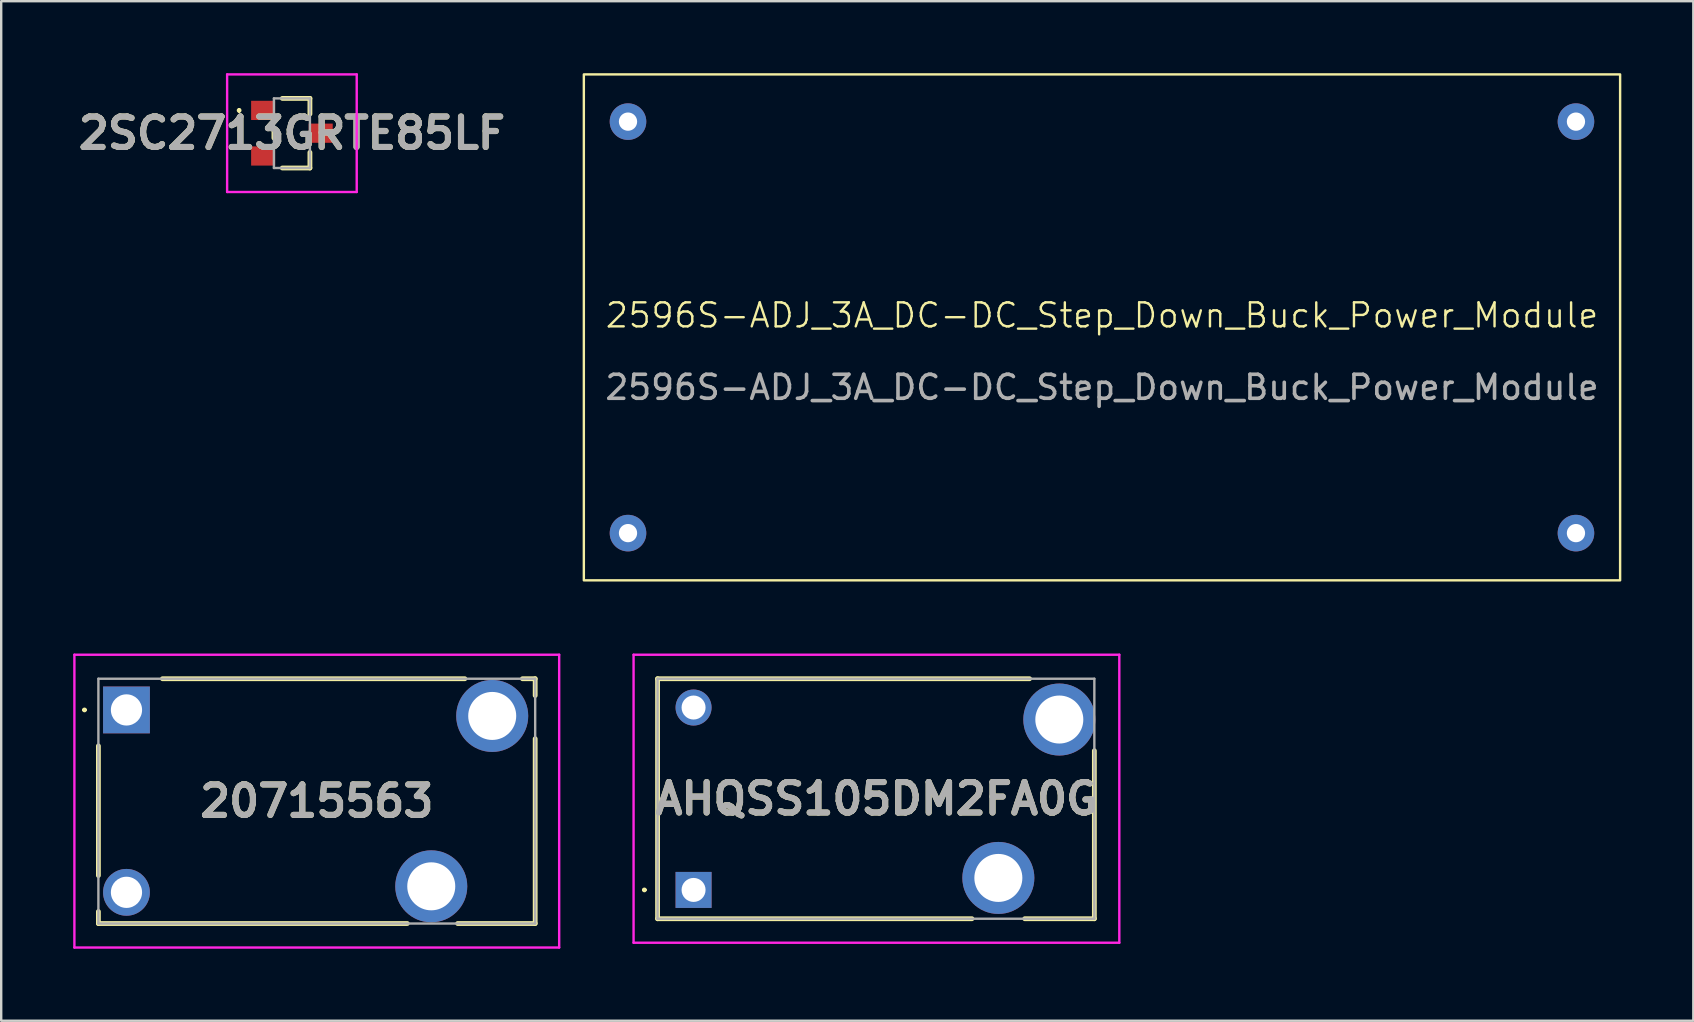
<source format=kicad_pcb>
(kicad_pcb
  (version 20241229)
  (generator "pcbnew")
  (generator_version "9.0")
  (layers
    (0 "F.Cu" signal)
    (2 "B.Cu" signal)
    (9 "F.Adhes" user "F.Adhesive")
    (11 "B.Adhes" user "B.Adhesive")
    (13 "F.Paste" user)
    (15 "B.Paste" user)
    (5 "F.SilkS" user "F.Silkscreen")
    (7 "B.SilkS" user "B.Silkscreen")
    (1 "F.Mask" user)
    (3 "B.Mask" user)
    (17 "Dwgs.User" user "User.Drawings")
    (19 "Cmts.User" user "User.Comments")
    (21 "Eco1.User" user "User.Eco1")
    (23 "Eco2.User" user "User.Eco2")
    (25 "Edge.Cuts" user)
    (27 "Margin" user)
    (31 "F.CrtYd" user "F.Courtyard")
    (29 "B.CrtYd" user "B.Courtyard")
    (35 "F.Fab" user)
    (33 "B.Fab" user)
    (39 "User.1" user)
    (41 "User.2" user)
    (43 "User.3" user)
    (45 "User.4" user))
  (footprint "2SC2713GRTE85LF"
    (layer "F.Cu")
    (at 9.114 2.5)
    (property "Reference" "2SC2713GRTE85LF" (at 0 0 0) (layer "F.SilkS") (effects (font (size 1.27 1.27) (thickness 0.254))))
    (attr smd)
    (fp_line (start -2.2 -1) (end -2.2 -1) (stroke (width 0.1) (type solid)) (layer "F.SilkS"))
    (fp_line (start -2.2 -0.9) (end -2.2 -0.9) (stroke (width 0.1) (type solid)) (layer "F.SilkS"))
    (fp_line (start -0.75 -0.2) (end -0.75 0.2) (stroke (width 0.2) (type solid)) (layer "F.SilkS"))
    (fp_line (start -0.4 -1.45) (end 0.75 -1.45) (stroke (width 0.2) (type solid)) (layer "F.SilkS"))
    (fp_line (start -0.4 1.45) (end 0.75 1.45) (stroke (width 0.2) (type solid)) (layer "F.SilkS"))
    (fp_line (start 0.75 -1.45) (end 0.75 -0.8) (stroke (width 0.2) (type solid)) (layer "F.SilkS"))
    (fp_line (start 0.75 1.45) (end 0.75 0.8) (stroke (width 0.2) (type solid)) (layer "F.SilkS"))
    (fp_arc (start -2.2 -1) (mid -2.15 -0.95) (end -2.2 -0.9) (stroke (width 0.1) (type solid)) (layer "F.SilkS"))
    (fp_arc (start -2.2 -0.9) (mid -2.25 -0.95) (end -2.2 -1) (stroke (width 0.1) (type solid)) (layer "F.SilkS"))
    (fp_line (start -2.7 -2.45) (end 2.7 -2.45) (stroke (width 0.1) (type solid)) (layer "F.CrtYd"))
    (fp_line (start -2.7 2.45) (end -2.7 -2.45) (stroke (width 0.1) (type solid)) (layer "F.CrtYd"))
    (fp_line (start 2.7 -2.45) (end 2.7 2.45) (stroke (width 0.1) (type solid)) (layer "F.CrtYd"))
    (fp_line (start 2.7 2.45) (end -2.7 2.45) (stroke (width 0.1) (type solid)) (layer "F.CrtYd"))
    (fp_line (start -0.75 -1.45) (end 0.75 -1.45) (stroke (width 0.1) (type solid)) (layer "F.Fab"))
    (fp_line (start -0.75 1.45) (end -0.75 -1.45) (stroke (width 0.1) (type solid)) (layer "F.Fab"))
    (fp_line (start 0.75 -1.45) (end 0.75 1.45) (stroke (width 0.1) (type solid)) (layer "F.Fab"))
    (fp_line (start 0.75 1.45) (end -0.75 1.45) (stroke (width 0.1) (type solid)) (layer "F.Fab"))
    (fp_text user "${REFERENCE}" (at 0 0 0) (layer "F.Fab") (effects (font (size 1.27 1.27) (thickness 0.254))))
    (pad "1" smd rect (at -1.2 -0.95 90) (size 0.8 1) (layers "F.Cu" "F.Mask" "F.Paste"))
    (pad "2" smd rect (at -1.2 0.95 90) (size 0.8 1) (layers "F.Cu" "F.Mask" "F.Paste"))
    (pad "3" smd rect (at 1.2 0 90) (size 0.8 1) (layers "F.Cu" "F.Mask" "F.Paste")))
  (footprint "20715563"
    (layer "F.Cu")
    (at 2.22 26.532)
    (property "Reference" "20715563" (at 7.93 3.8 0) (layer "F.SilkS") (effects (font (size 1.27 1.27) (thickness 0.254))))
    (attr through_hole)
    (fp_line (start -1.8 0) (end -1.8 0) (stroke (width 0.1) (type solid)) (layer "F.SilkS"))
    (fp_line (start -1.7 0) (end -1.7 0) (stroke (width 0.1) (type solid)) (layer "F.SilkS"))
    (fp_line (start -1.17 1.5) (end -1.17 6.9) (stroke (width 0.2) (type solid)) (layer "F.SilkS"))
    (fp_line (start -1.17 8.4) (end -1.17 8.9) (stroke (width 0.2) (type solid)) (layer "F.SilkS"))
    (fp_line (start -1.17 8.9) (end 11.7 8.9) (stroke (width 0.2) (type solid)) (layer "F.SilkS"))
    (fp_line (start 13.8 8.9) (end 17.03 8.9) (stroke (width 0.2) (type solid)) (layer "F.SilkS"))
    (fp_line (start 14.1 -1.3) (end 1.5 -1.3) (stroke (width 0.2) (type solid)) (layer "F.SilkS"))
    (fp_line (start 16.5 -1.3) (end 17.03 -1.3) (stroke (width 0.2) (type solid)) (layer "F.SilkS"))
    (fp_line (start 17.03 -1.3) (end 17.03 -0.6) (stroke (width 0.2) (type solid)) (layer "F.SilkS"))
    (fp_line (start 17.03 8.9) (end 17.03 1.2) (stroke (width 0.2) (type solid)) (layer "F.SilkS"))
    (fp_arc (start -1.8 0) (mid -1.75 -0.05) (end -1.7 0) (stroke (width 0.1) (type solid)) (layer "F.SilkS"))
    (fp_arc (start -1.7 0) (mid -1.75 0.05) (end -1.8 0) (stroke (width 0.1) (type solid)) (layer "F.SilkS"))
    (fp_line (start -2.17 -2.3) (end -2.17 9.9) (stroke (width 0.1) (type solid)) (layer "F.CrtYd"))
    (fp_line (start -2.17 9.9) (end 18.03 9.9) (stroke (width 0.1) (type solid)) (layer "F.CrtYd"))
    (fp_line (start 18.03 -2.3) (end -2.17 -2.3) (stroke (width 0.1) (type solid)) (layer "F.CrtYd"))
    (fp_line (start 18.03 9.9) (end 18.03 -2.3) (stroke (width 0.1) (type solid)) (layer "F.CrtYd"))
    (fp_line (start -1.17 -1.3) (end -1.17 8.9) (stroke (width 0.1) (type solid)) (layer "F.Fab"))
    (fp_line (start -1.17 8.9) (end 17.03 8.9) (stroke (width 0.1) (type solid)) (layer "F.Fab"))
    (fp_line (start 17.03 -1.3) (end -1.17 -1.3) (stroke (width 0.1) (type solid)) (layer "F.Fab"))
    (fp_line (start 17.03 8.9) (end 17.03 -1.3) (stroke (width 0.1) (type solid)) (layer "F.Fab"))
    (fp_text user "${REFERENCE}" (at 7.93 3.8 0) (layer "F.Fab") (effects (font (size 1.27 1.27) (thickness 0.254))))
    (pad "1" thru_hole rect (at 0 0) (size 1.95 1.95) (drill 1.3) (layers "*.Cu" "*.Mask"))
    (pad "2" thru_hole circle (at 15.24 0.25) (size 3 3) (drill 2) (layers "*.Cu" "*.Mask"))
    (pad "3" thru_hole circle (at 12.7 7.35) (size 3 3) (drill 2) (layers "*.Cu" "*.Mask"))
    (pad "4" thru_hole circle (at 0 7.6) (size 1.95 1.95) (drill 1.3) (layers "*.Cu" "*.Mask")))
  (footprint "2596S-ADJ_3A_DC-DC_Step_Down_Buck_Power_Module"
    (layer "F.Cu")
    (at 42.868 10.591)
    (property "Reference" "2596S-ADJ_3A_DC-DC_Step_Down_Buck_Power_Module" (at 0 -0.5 0) (unlocked yes) (layer "F.SilkS") (effects (font (size 1 1) (thickness 0.1))))
    (attr through_hole)
    (fp_rect (start -21.59 10.541) (end 21.59 -10.541) (stroke (width 0.1) (type default)) (fill no) (layer "F.SilkS"))
    (fp_text user "${REFERENCE}" (at 0 2.5 0) (unlocked yes) (layer "F.Fab") (effects (font (size 1 1) (thickness 0.15))))
    (pad "1" thru_hole circle (at -19.75 -8.573) (size 1.524 1.524) (drill 0.762) (layers "*.Cu" "*.Mask"))
    (pad "2" thru_hole circle (at -19.75 8.573) (size 1.524 1.524) (drill 0.762) (layers "*.Cu" "*.Mask"))
    (pad "3" thru_hole circle (at 19.75 8.573 270) (size 1.524 1.524) (drill 0.762) (layers "*.Cu" "*.Mask"))
    (pad "4" thru_hole circle (at 19.75 -8.573) (size 1.524 1.524) (drill 0.762) (layers "*.Cu" "*.Mask")))
  (footprint "AHQSS105DM2FA0G"
    (layer "F.Cu")
    (at 25.85 34.032)
    (property "Reference" "AHQSS105DM2FA0G" (at 7.62 -3.8 0) (layer "F.SilkS") (effects (font (size 1.27 1.27) (thickness 0.254))))
    (attr through_hole)
    (fp_line (start -2.1 0) (end -2.1 0) (stroke (width 0.1) (type solid)) (layer "F.SilkS"))
    (fp_line (start -2 0) (end -2 0) (stroke (width 0.1) (type solid)) (layer "F.SilkS"))
    (fp_line (start -1.5 -8.8) (end 14 -8.8) (stroke (width 0.2) (type solid)) (layer "F.SilkS"))
    (fp_line (start -1.5 1.2) (end -1.5 -8.8) (stroke (width 0.2) (type solid)) (layer "F.SilkS"))
    (fp_line (start 11.6 1.2) (end -1.5 1.2) (stroke (width 0.2) (type solid)) (layer "F.SilkS"))
    (fp_line (start 16.7 -5.8) (end 16.7 1.2) (stroke (width 0.2) (type solid)) (layer "F.SilkS"))
    (fp_line (start 16.7 1.2) (end 13.8 1.2) (stroke (width 0.2) (type solid)) (layer "F.SilkS"))
    (fp_arc (start -2.1 0) (mid -2.05 -0.05) (end -2 0) (stroke (width 0.1) (type solid)) (layer "F.SilkS"))
    (fp_arc (start -2 0) (mid -2.05 0.05) (end -2.1 0) (stroke (width 0.1) (type solid)) (layer "F.SilkS"))
    (fp_line (start -2.5 -9.8) (end -2.5 2.2) (stroke (width 0.1) (type solid)) (layer "F.CrtYd"))
    (fp_line (start -2.5 2.2) (end 17.74 2.2) (stroke (width 0.1) (type solid)) (layer "F.CrtYd"))
    (fp_line (start 17.74 -9.8) (end -2.5 -9.8) (stroke (width 0.1) (type solid)) (layer "F.CrtYd"))
    (fp_line (start 17.74 2.2) (end 17.74 -9.8) (stroke (width 0.1) (type solid)) (layer "F.CrtYd"))
    (fp_line (start -1.5 -8.8) (end -1.5 1.2) (stroke (width 0.1) (type solid)) (layer "F.Fab"))
    (fp_line (start -1.5 1.2) (end 16.7 1.2) (stroke (width 0.1) (type solid)) (layer "F.Fab"))
    (fp_line (start 16.7 -8.8) (end -1.5 -8.8) (stroke (width 0.1) (type solid)) (layer "F.Fab"))
    (fp_line (start 16.7 1.2) (end 16.7 -8.8) (stroke (width 0.1) (type solid)) (layer "F.Fab"))
    (fp_text user "${REFERENCE}" (at 7.62 -3.8 0) (layer "F.Fab") (effects (font (size 1.27 1.27) (thickness 0.254))))
    (pad "1" thru_hole rect (at 0 0) (size 1.5 1.5) (drill 1) (layers "*.Cu" "*.Mask"))
    (pad "2" thru_hole circle (at 12.7 -0.5) (size 3 3) (drill 2) (layers "*.Cu" "*.Mask"))
    (pad "3" thru_hole circle (at 15.24 -7.1) (size 3 3) (drill 2) (layers "*.Cu" "*.Mask"))
    (pad "4" thru_hole circle (at 0 -7.6) (size 1.5 1.5) (drill 1) (layers "*.Cu" "*.Mask")))
  (gr_rect
    (start -3 -3)
    (end 67.508 39.482)
    (stroke (width 0.1) (type default))
    (fill no)
    (layer "Edge.Cuts")))
</source>
